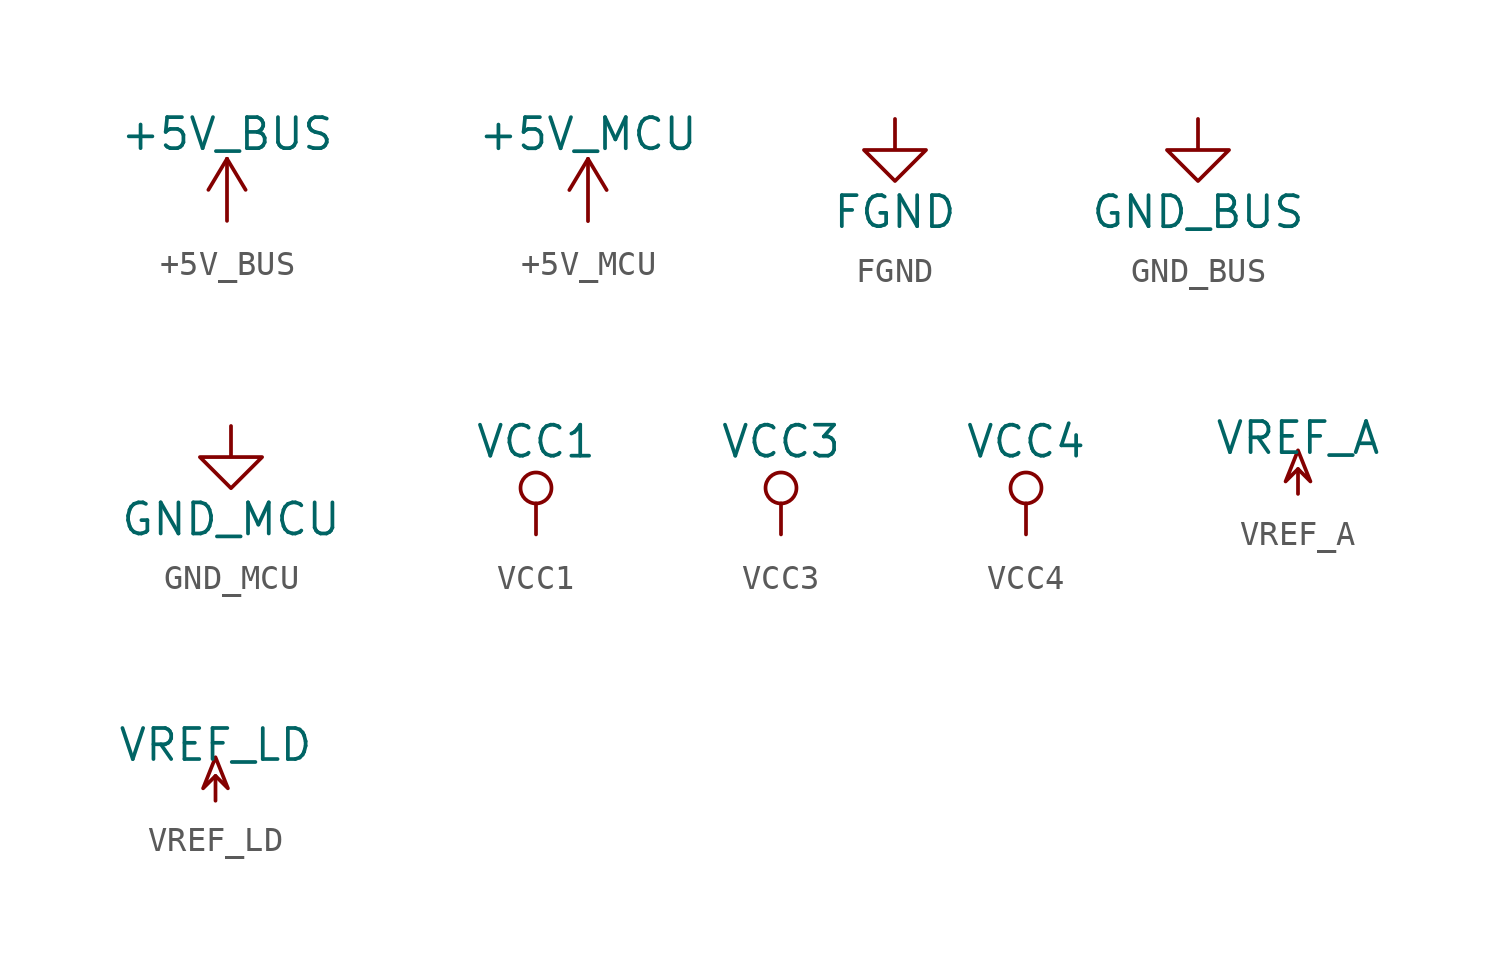
<source format=kicad_sym>
(kicad_symbol_lib
  (version 20220914)
  (generator kicad_symbol_editor)
  (symbol "+5V_BUS"
    (power)
    (pin_names
      (offset 0))
    (property "Reference" "#PWR"
      (at 0 -3.81 0)
      (effects (font (size 1.27 1.27)) hide))
    (property "Value" "+5V_BUS"
      (at 0 3.556 0)
      (effects (font (size 1.27 1.27))))
    (symbol "+5V_BUS_0_1"
      (polyline (pts (xy -0.762 1.27) (xy 0 2.54)) (stroke (width 0) (type default)) (fill (type none)))
      (polyline (pts (xy 0 0) (xy 0 2.54)) (stroke (width 0) (type default)) (fill (type none)))
      (polyline (pts (xy 0 2.54) (xy 0.762 1.27)) (stroke (width 0) (type default)) (fill (type none))))
    (symbol "+5V_BUS_1_1"
      (pin power_in line (at 0 0 90) (length 0) hide (name "+5V_BUS" (effects (font (size 1.27 1.27)))) (number "1" (effects (font (size 1.27 1.27)))))))
  (symbol "+5V_MCU"
    (power)
    (pin_names
      (offset 0))
    (property "Reference" "#PWR"
      (at 0 -3.81 0)
      (effects (font (size 1.27 1.27)) hide))
    (property "Value" "+5V_MCU"
      (at 0 3.556 0)
      (effects (font (size 1.27 1.27))))
    (symbol "+5V_MCU_0_1"
      (polyline (pts (xy -0.762 1.27) (xy 0 2.54)) (stroke (width 0) (type default)) (fill (type none)))
      (polyline (pts (xy 0 0) (xy 0 2.54)) (stroke (width 0) (type default)) (fill (type none)))
      (polyline (pts (xy 0 2.54) (xy 0.762 1.27)) (stroke (width 0) (type default)) (fill (type none))))
    (symbol "+5V_MCU_1_1"
      (pin power_in line (at 0 0 90) (length 0) hide (name "+5V_MCU" (effects (font (size 1.27 1.27)))) (number "1" (effects (font (size 1.27 1.27)))))))
  (symbol "FGND"
    (power)
    (pin_names
      (offset 0))
    (property "Reference" "#PWR"
      (at 0 -6.35 0)
      (effects (font (size 1.27 1.27)) hide))
    (property "Value" "FGND"
      (at 0 -3.81 0)
      (effects (font (size 1.27 1.27))))
    (symbol "FGND_0_1"
      (polyline (pts (xy 0 0) (xy 0 -1.27) (xy 1.27 -1.27) (xy 0 -2.54) (xy -1.27 -1.27) (xy 0 -1.27)) (stroke (width 0) (type solid)) (fill (type none))))
    (symbol "FGND_1_1"
      (pin power_in line (at 0 0 270) (length 0) hide (name "GND" (effects (font (size 1.27 1.27)))) (number "1" (effects (font (size 1.27 1.27)))))))
  (symbol "GND_BUS"
    (power)
    (pin_names
      (offset 0))
    (property "Reference" "#PWR"
      (at 0 -6.35 0)
      (effects (font (size 1.27 1.27)) hide))
    (property "Value" "GND_BUS"
      (at 0 -3.81 0)
      (effects (font (size 1.27 1.27))))
    (symbol "GND_BUS_0_1"
      (polyline (pts (xy 0 0) (xy 0 -1.27) (xy 1.27 -1.27) (xy 0 -2.54) (xy -1.27 -1.27) (xy 0 -1.27)) (stroke (width 0) (type solid)) (fill (type none))))
    (symbol "GND_BUS_1_1"
      (pin power_in line (at 0 0 270) (length 0) hide (name "GND_BUS" (effects (font (size 1.27 1.27)))) (number "1" (effects (font (size 1.27 1.27)))))))
  (symbol "GND_MCU"
    (power)
    (pin_names
      (offset 0))
    (property "Reference" "#PWR"
      (at 0 -6.35 0)
      (effects (font (size 1.27 1.27)) hide))
    (property "Value" "GND_MCU"
      (at 0 -3.81 0)
      (effects (font (size 1.27 1.27))))
    (symbol "GND_MCU_0_1"
      (polyline (pts (xy 0 0) (xy 0 -1.27) (xy 1.27 -1.27) (xy 0 -2.54) (xy -1.27 -1.27) (xy 0 -1.27)) (stroke (width 0) (type solid)) (fill (type none))))
    (symbol "GND_MCU_1_1"
      (pin power_in line (at 0 0 270) (length 0) hide (name "GND_MCU" (effects (font (size 1.27 1.27)))) (number "1" (effects (font (size 1.27 1.27)))))))
  (symbol "VCC1"
    (power)
    (pin_names
      (offset 0))
    (property "Reference" "#PWR"
      (at 0 -3.81 0)
      (effects (font (size 1.27 1.27)) hide))
    (property "Value" "VCC1"
      (at 0 3.81 0)
      (effects (font (size 1.27 1.27))))
    (symbol "VCC1_0_1"
      (polyline (pts (xy 0 0) (xy 0 1.27)) (stroke (width 0) (type solid)) (fill (type none)))
      (circle (center 0 1.905) (radius 0.635) (stroke (width 0) (type solid)) (fill (type none))))
    (symbol "VCC1_1_1"
      (pin power_in line (at 0 0 90) (length 0) hide (name "VCC" (effects (font (size 1.27 1.27)))) (number "1" (effects (font (size 1.27 1.27)))))))
  (symbol "VCC3"
    (power)
    (pin_names
      (offset 0))
    (property "Reference" "#PWR"
      (at 0 -3.81 0)
      (effects (font (size 1.27 1.27)) hide))
    (property "Value" "VCC3"
      (at 0 3.81 0)
      (effects (font (size 1.27 1.27))))
    (symbol "VCC3_0_1"
      (polyline (pts (xy 0 0) (xy 0 1.27)) (stroke (width 0) (type solid)) (fill (type none)))
      (circle (center 0 1.905) (radius 0.635) (stroke (width 0) (type solid)) (fill (type none))))
    (symbol "VCC3_1_1"
      (pin power_in line (at 0 0 90) (length 0) hide (name "VCC" (effects (font (size 1.27 1.27)))) (number "1" (effects (font (size 1.27 1.27)))))))
  (symbol "VCC4"
    (power)
    (pin_names
      (offset 0))
    (property "Reference" "#PWR"
      (at 0 -3.81 0)
      (effects (font (size 1.27 1.27)) hide))
    (property "Value" "VCC4"
      (at 0 3.81 0)
      (effects (font (size 1.27 1.27))))
    (symbol "VCC4_0_1"
      (polyline (pts (xy 0 0) (xy 0 1.27)) (stroke (width 0) (type solid)) (fill (type none)))
      (circle (center 0 1.905) (radius 0.635) (stroke (width 0) (type solid)) (fill (type none))))
    (symbol "VCC4_1_1"
      (pin power_in line (at 0 0 90) (length 0) hide (name "VCC" (effects (font (size 1.27 1.27)))) (number "1" (effects (font (size 1.27 1.27)))))))
  (symbol "VREF_A"
    (power)
    (pin_names
      (offset 0))
    (property "Reference" "#PWR"
      (at 0 3.048 0)
      (effects (font (size 1.27 1.27)) hide))
    (property "Value" "VREF_A"
      (at 0 2.286 0)
      (effects (font (size 1.27 1.27))))
    (property "Footprint" ""
      (at 0 0 0)
      (effects (font (size 1.27 1.27))))
    (property "Datasheet" ""
      (at 0 0 0)
      (effects (font (size 1.27 1.27))))
    (symbol "VREF_A_0_0"
      (pin power_in line (at 0 0 90) (length 0) hide (name "VREF_A" (effects (font (size 1.27 1.27)))) (number "1" (effects (font (size 1.27 1.27))))))
    (symbol "VREF_A_0_1"
      (polyline (pts (xy 0 0) (xy 0 1.016) (xy 0 1.016)) (stroke (width 0) (type solid)) (fill (type none)))
      (polyline (pts (xy 0 1.016) (xy 0.508 0.508) (xy 0 1.778) (xy -0.508 0.508) (xy 0 1.016) (xy 0 1.016)) (stroke (width 0) (type solid)) (fill (type none)))))
  (symbol "VREF_LD"
    (power)
    (pin_names
      (offset 0))
    (property "Reference" "#PWR"
      (at 0 3.048 0)
      (effects (font (size 1.27 1.27)) hide))
    (property "Value" "VREF_LD"
      (at 0 2.286 0)
      (effects (font (size 1.27 1.27))))
    (property "Footprint" ""
      (at 0 0 0)
      (effects (font (size 1.27 1.27))))
    (property "Datasheet" ""
      (at 0 0 0)
      (effects (font (size 1.27 1.27))))
    (symbol "VREF_LD_0_0"
      (pin power_in line (at 0 0 90) (length 0) hide (name "VREF_LD" (effects (font (size 1.27 1.27)))) (number "1" (effects (font (size 1.27 1.27))))))
    (symbol "VREF_LD_0_1"
      (polyline (pts (xy 0 0) (xy 0 1.016) (xy 0 1.016)) (stroke (width 0) (type solid)) (fill (type none)))
      (polyline (pts (xy 0 1.016) (xy 0.508 0.508) (xy 0 1.778) (xy -0.508 0.508) (xy 0 1.016) (xy 0 1.016)) (stroke (width 0) (type solid)) (fill (type none))))))
</source>
